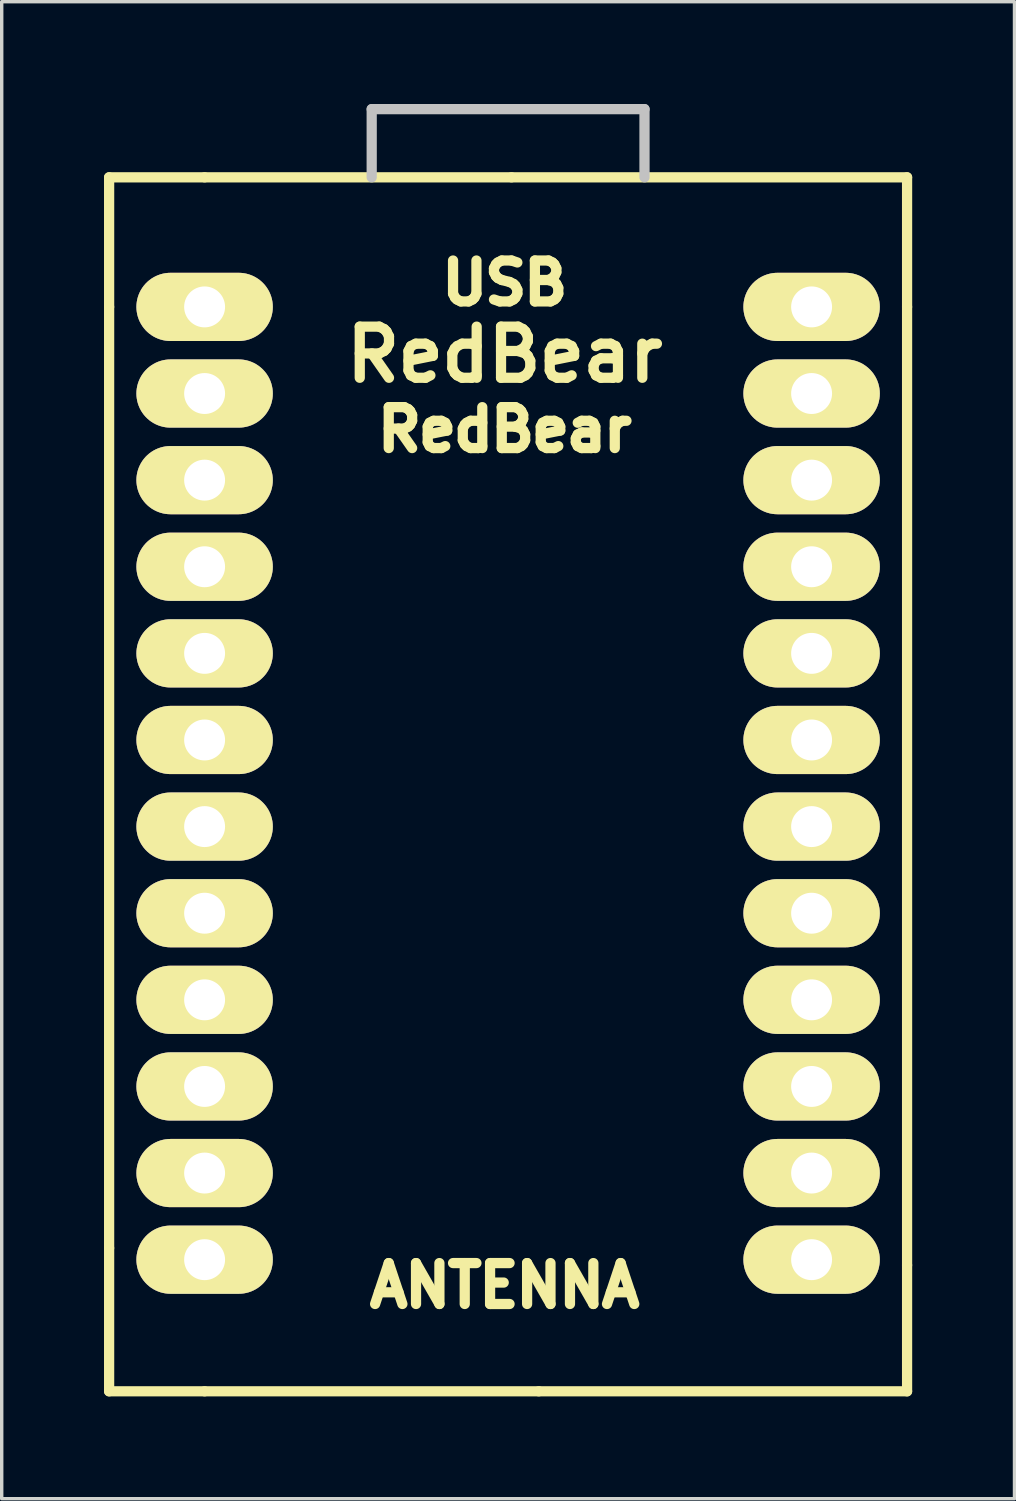
<source format=kicad_pcb>
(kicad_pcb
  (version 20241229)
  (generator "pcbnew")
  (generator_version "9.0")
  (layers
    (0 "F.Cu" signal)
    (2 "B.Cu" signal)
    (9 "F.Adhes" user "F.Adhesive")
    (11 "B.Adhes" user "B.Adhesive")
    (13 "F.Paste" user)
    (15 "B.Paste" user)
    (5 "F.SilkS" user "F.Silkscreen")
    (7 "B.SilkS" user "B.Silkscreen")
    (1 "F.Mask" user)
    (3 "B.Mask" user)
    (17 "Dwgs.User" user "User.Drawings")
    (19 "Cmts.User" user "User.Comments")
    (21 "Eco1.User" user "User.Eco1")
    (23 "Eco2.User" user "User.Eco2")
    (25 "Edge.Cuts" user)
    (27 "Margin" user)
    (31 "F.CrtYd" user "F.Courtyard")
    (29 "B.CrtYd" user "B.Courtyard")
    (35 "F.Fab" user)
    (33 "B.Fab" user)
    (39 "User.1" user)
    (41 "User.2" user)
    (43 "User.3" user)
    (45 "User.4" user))
  (footprint "RedBear"
    (layer "F.Cu")
    (at 2.95 5.95)
    (property "Reference" "RedBear" (at 8.8 3.6 0) (layer "F.SilkS") (effects (font (size 1.2 1.2) (thickness 0.3))))
    (attr through_hole)
    (fp_line (start -2.8 -3.8) (end -2.8 0) (stroke (width 0.3) (type solid)) (layer "F.SilkS"))
    (fp_line (start -2.8 0) (end -2.8 27.6) (stroke (width 0.3) (type solid)) (layer "F.SilkS"))
    (fp_line (start -2.8 27.6) (end -2.8 31.8) (stroke (width 0.3) (type solid)) (layer "F.SilkS"))
    (fp_line (start -2.8 31.8) (end 0 31.8) (stroke (width 0.3) (type solid)) (layer "F.SilkS"))
    (fp_line (start 0 -3.8) (end -2.8 -3.8) (stroke (width 0.3) (type solid)) (layer "F.SilkS"))
    (fp_line (start 0 -3.8) (end 9 -3.8) (stroke (width 0.3) (type solid)) (layer "F.SilkS"))
    (fp_line (start 0 31.8) (end 9.8 31.8) (stroke (width 0.3) (type solid)) (layer "F.SilkS"))
    (fp_line (start 9 -3.8) (end 20.6 -3.8) (stroke (width 0.3) (type solid)) (layer "F.SilkS"))
    (fp_line (start 9.8 31.8) (end 20.6 31.8) (stroke (width 0.3) (type solid)) (layer "F.SilkS"))
    (fp_line (start 20.6 -3.8) (end 20.6 0) (stroke (width 0.3) (type solid)) (layer "F.SilkS"))
    (fp_line (start 20.6 0) (end 20.6 28.1) (stroke (width 0.3) (type solid)) (layer "F.SilkS"))
    (fp_line (start 20.6 31.8) (end 20.6 28.1) (stroke (width 0.3) (type solid)) (layer "F.SilkS"))
    (fp_line (start 4.9 -5.8) (end 4.9 -3.8) (stroke (width 0.3) (type solid)) (layer "Dwgs.User"))
    (fp_line (start 4.9 -5.8) (end 12.9 -5.8) (stroke (width 0.3) (type solid)) (layer "Dwgs.User"))
    (fp_line (start 12.9 -5.8) (end 12.9 -3.8) (stroke (width 0.3) (type solid)) (layer "Dwgs.User"))
    (fp_text user "USB" (at 8.8 -0.7 0) (layer "F.SilkS") (effects (font (size 1.2 1.2) (thickness 0.3))))
    (fp_text user "RedBear" (at 8.8 1.4 0) (layer "F.SilkS") (effects (font (size 1.5 1.5) (thickness 0.3))))
    (fp_text user "ANTENNA" (at 8.8 28.7 0) (layer "F.SilkS") (effects (font (size 1.2 1.2) (thickness 0.3))))
    (pad "1" thru_hole oval (at 17.8 27.94) (size 4 2) (drill 1.2) (layers "*.Cu" "*.Mask" "F.SilkS"))
    (pad "2" thru_hole oval (at 17.8 25.4) (size 4 2) (drill 1.2) (layers "*.Cu" "*.Mask" "F.SilkS"))
    (pad "3" thru_hole oval (at 17.8 22.86) (size 4 2) (drill 1.2) (layers "*.Cu" "*.Mask" "F.SilkS"))
    (pad "4" thru_hole oval (at 17.8 20.32) (size 4 2) (drill 1.2) (layers "*.Cu" "*.Mask" "F.SilkS"))
    (pad "5" thru_hole oval (at 17.8 17.78) (size 4 2) (drill 1.2) (layers "*.Cu" "*.Mask" "F.SilkS"))
    (pad "6" thru_hole oval (at 17.8 15.24) (size 4 2) (drill 1.2) (layers "*.Cu" "*.Mask" "F.SilkS"))
    (pad "7" thru_hole oval (at 17.8 12.7) (size 4 2) (drill 1.2) (layers "*.Cu" "*.Mask" "F.SilkS"))
    (pad "8" thru_hole oval (at 17.8 10.16) (size 4 2) (drill 1.2) (layers "*.Cu" "*.Mask" "F.SilkS"))
    (pad "9" thru_hole oval (at 17.8 7.62) (size 4 2) (drill 1.2) (layers "*.Cu" "*.Mask" "F.SilkS"))
    (pad "10" thru_hole oval (at 17.8 5.08) (size 4 2) (drill 1.2) (layers "*.Cu" "*.Mask" "F.SilkS"))
    (pad "11" thru_hole oval (at 17.8 2.54) (size 4 2) (drill 1.2) (layers "*.Cu" "*.Mask" "F.SilkS"))
    (pad "12" thru_hole oval (at 17.8 0) (size 4 2) (drill 1.2) (layers "*.Cu" "*.Mask" "F.SilkS"))
    (pad "13" thru_hole oval (at 0 27.94) (size 4 2) (drill 1.2) (layers "*.Cu" "*.Mask" "F.SilkS"))
    (pad "14" thru_hole oval (at 0 25.4) (size 4 2) (drill 1.2) (layers "*.Cu" "*.Mask" "F.SilkS"))
    (pad "15" thru_hole oval (at 0 22.86) (size 4 2) (drill 1.2) (layers "*.Cu" "*.Mask" "F.SilkS"))
    (pad "16" thru_hole oval (at 0 20.32) (size 4 2) (drill 1.2) (layers "*.Cu" "*.Mask" "F.SilkS"))
    (pad "17" thru_hole oval (at 0 17.78) (size 4 2) (drill 1.2) (layers "*.Cu" "*.Mask" "F.SilkS"))
    (pad "18" thru_hole oval (at 0 15.24) (size 4 2) (drill 1.2) (layers "*.Cu" "*.Mask" "F.SilkS"))
    (pad "19" thru_hole oval (at 0 12.7) (size 4 2) (drill 1.2) (layers "*.Cu" "*.Mask" "F.SilkS"))
    (pad "20" thru_hole oval (at 0 10.16) (size 4 2) (drill 1.2) (layers "*.Cu" "*.Mask" "F.SilkS"))
    (pad "21" thru_hole oval (at 0 7.62) (size 4 2) (drill 1.2) (layers "*.Cu" "*.Mask" "F.SilkS"))
    (pad "22" thru_hole oval (at 0 5.08) (size 4 2) (drill 1.2) (layers "*.Cu" "*.Mask" "F.SilkS"))
    (pad "23" thru_hole oval (at 0 2.54) (size 4 2) (drill 1.2) (layers "*.Cu" "*.Mask" "F.SilkS"))
    (pad "24" thru_hole oval (at 0 0) (size 4 2) (drill 1.2) (layers "*.Cu" "*.Mask" "F.SilkS")))
  (gr_rect
    (start -3 -3)
    (end 26.7 40.9)
    (stroke (width 0.1) (type default))
    (fill no)
    (layer "Edge.Cuts")))
</source>
